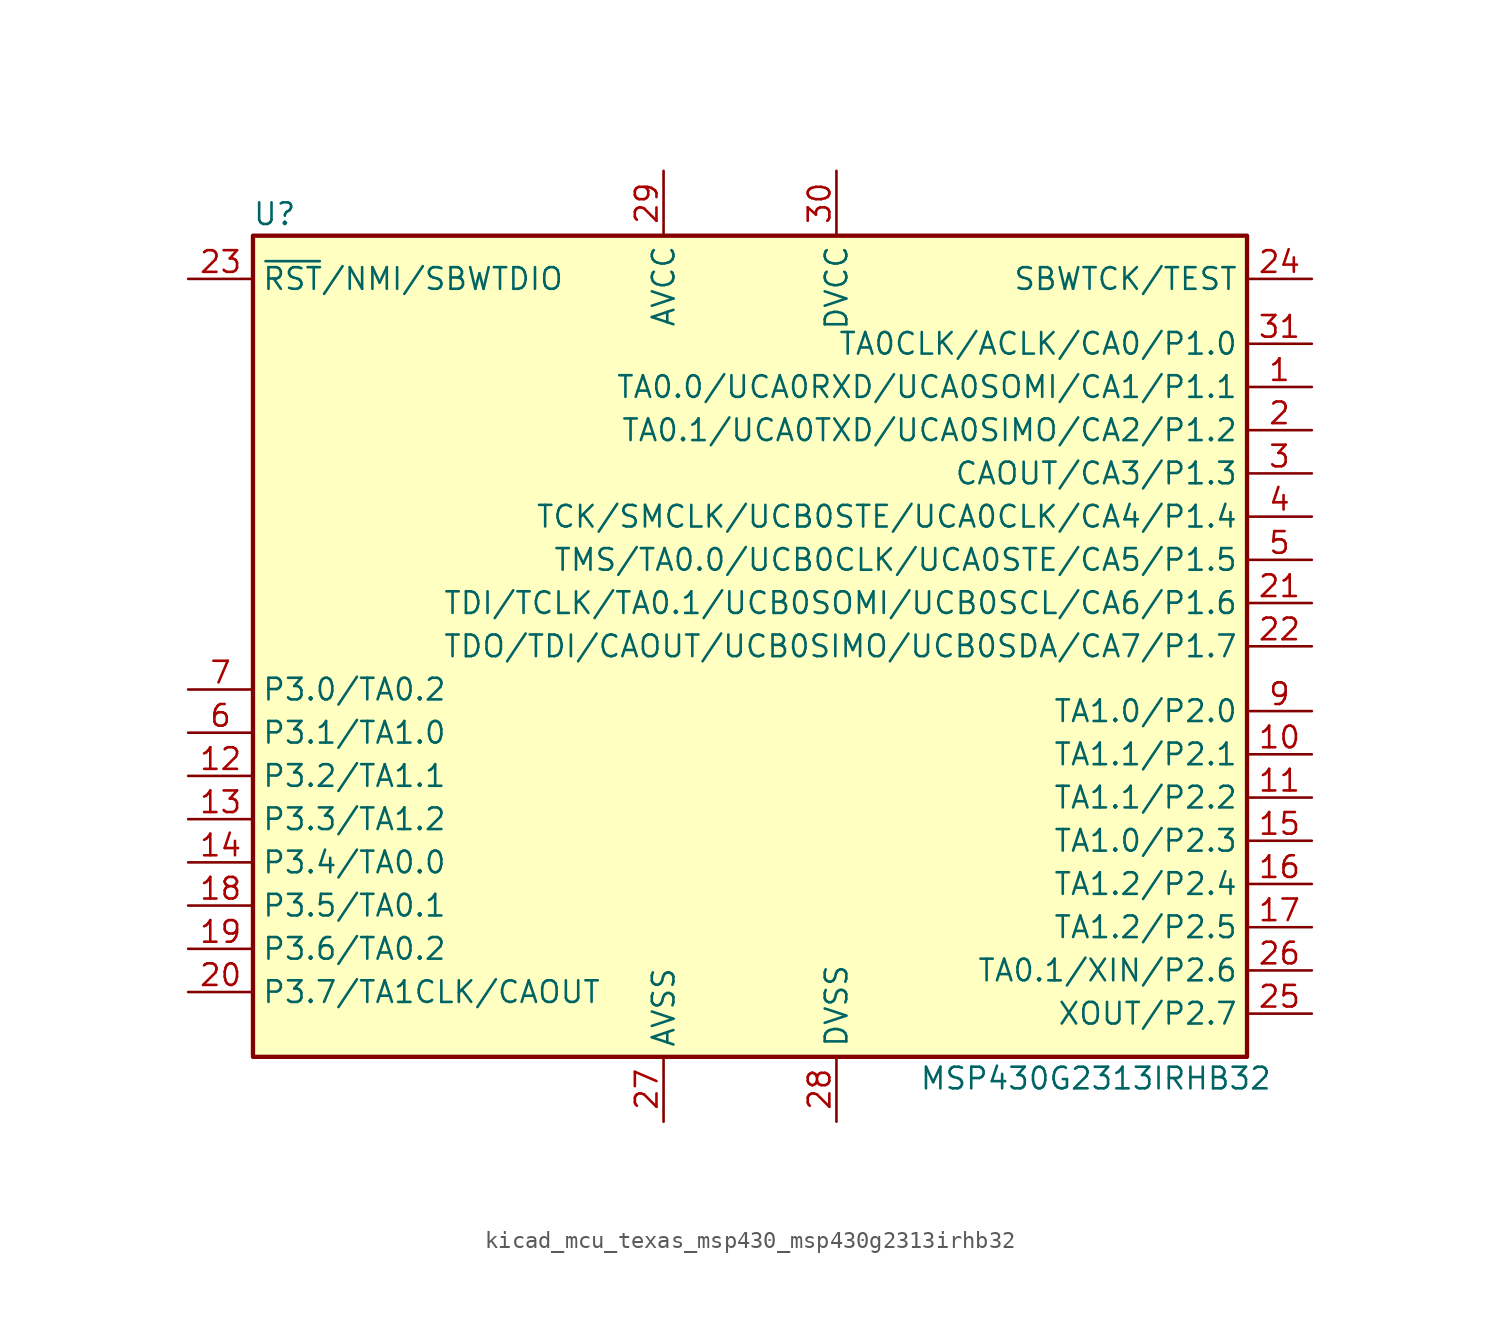
<source format=kicad_sym>
(kicad_symbol_lib
  (version 20220914)
  (generator kicad_symbol_editor)
  (symbol "kicad_mcu_texas_msp430_msp430g2313irhb32"
    (property "Reference" "U"
      (at -27.94 25.4 0)
      (effects (font (size 1.27 1.27))))
    (property "Value" "MSP430G2313IRHB32"
      (at 20.32 -25.4 0)
      (effects (font (size 1.27 1.27))))
    (symbol "kicad_mcu_texas_msp430_msp430g2313irhb32_0_1"
      (rectangle (start -29.21 24.13) (end 29.21 -24.13) (stroke (width 0.254) (type default)) (fill (type background))))
    (symbol "kicad_mcu_texas_msp430_msp430g2313irhb32_1_1"
      (pin bidirectional line (at 33.02 15.24 180) (length 3.81) (name "TA0.0/UCA0RXD/UCA0SOMI/CA1/P1.1" (effects (font (size 1.27 1.27)))) (number "1" (effects (font (size 1.27 1.27)))))
      (pin bidirectional line (at 33.02 -6.35 180) (length 3.81) (name "TA1.1/P2.1" (effects (font (size 1.27 1.27)))) (number "10" (effects (font (size 1.27 1.27)))))
      (pin bidirectional line (at 33.02 -8.89 180) (length 3.81) (name "TA1.1/P2.2" (effects (font (size 1.27 1.27)))) (number "11" (effects (font (size 1.27 1.27)))))
      (pin bidirectional line (at -33.02 -7.62 0) (length 3.81) (name "P3.2/TA1.1" (effects (font (size 1.27 1.27)))) (number "12" (effects (font (size 1.27 1.27)))))
      (pin bidirectional line (at -33.02 -10.16 0) (length 3.81) (name "P3.3/TA1.2" (effects (font (size 1.27 1.27)))) (number "13" (effects (font (size 1.27 1.27)))))
      (pin bidirectional line (at -33.02 -12.7 0) (length 3.81) (name "P3.4/TA0.0" (effects (font (size 1.27 1.27)))) (number "14" (effects (font (size 1.27 1.27)))))
      (pin bidirectional line (at 33.02 -11.43 180) (length 3.81) (name "TA1.0/P2.3" (effects (font (size 1.27 1.27)))) (number "15" (effects (font (size 1.27 1.27)))))
      (pin bidirectional line (at 33.02 -13.97 180) (length 3.81) (name "TA1.2/P2.4" (effects (font (size 1.27 1.27)))) (number "16" (effects (font (size 1.27 1.27)))))
      (pin bidirectional line (at 33.02 -16.51 180) (length 3.81) (name "TA1.2/P2.5" (effects (font (size 1.27 1.27)))) (number "17" (effects (font (size 1.27 1.27)))))
      (pin bidirectional line (at -33.02 -15.24 0) (length 3.81) (name "P3.5/TA0.1" (effects (font (size 1.27 1.27)))) (number "18" (effects (font (size 1.27 1.27)))))
      (pin bidirectional line (at -33.02 -17.78 0) (length 3.81) (name "P3.6/TA0.2" (effects (font (size 1.27 1.27)))) (number "19" (effects (font (size 1.27 1.27)))))
      (pin bidirectional line (at 33.02 12.7 180) (length 3.81) (name "TA0.1/UCA0TXD/UCA0SIMO/CA2/P1.2" (effects (font (size 1.27 1.27)))) (number "2" (effects (font (size 1.27 1.27)))))
      (pin bidirectional line (at -33.02 -20.32 0) (length 3.81) (name "P3.7/TA1CLK/CAOUT" (effects (font (size 1.27 1.27)))) (number "20" (effects (font (size 1.27 1.27)))))
      (pin bidirectional line (at 33.02 2.54 180) (length 3.81) (name "TDI/TCLK/TA0.1/UCB0SOMI/UCB0SCL/CA6/P1.6" (effects (font (size 1.27 1.27)))) (number "21" (effects (font (size 1.27 1.27)))))
      (pin bidirectional line (at 33.02 0 180) (length 3.81) (name "TDO/TDI/CAOUT/UCB0SIMO/UCB0SDA/CA7/P1.7" (effects (font (size 1.27 1.27)))) (number "22" (effects (font (size 1.27 1.27)))))
      (pin input line (at -33.02 21.59 0) (length 3.81) (name "~{RST}/NMI/SBWTDIO" (effects (font (size 1.27 1.27)))) (number "23" (effects (font (size 1.27 1.27)))))
      (pin input line (at 33.02 21.59 180) (length 3.81) (name "SBWTCK/TEST" (effects (font (size 1.27 1.27)))) (number "24" (effects (font (size 1.27 1.27)))))
      (pin bidirectional line (at 33.02 -21.59 180) (length 3.81) (name "XOUT/P2.7" (effects (font (size 1.27 1.27)))) (number "25" (effects (font (size 1.27 1.27)))))
      (pin bidirectional line (at 33.02 -19.05 180) (length 3.81) (name "TA0.1/XIN/P2.6" (effects (font (size 1.27 1.27)))) (number "26" (effects (font (size 1.27 1.27)))))
      (pin power_in line (at -5.08 -27.94 90) (length 3.81) (name "AVSS" (effects (font (size 1.27 1.27)))) (number "27" (effects (font (size 1.27 1.27)))))
      (pin power_in line (at 5.08 -27.94 90) (length 3.81) (name "DVSS" (effects (font (size 1.27 1.27)))) (number "28" (effects (font (size 1.27 1.27)))))
      (pin power_in line (at -5.08 27.94 270) (length 3.81) (name "AVCC" (effects (font (size 1.27 1.27)))) (number "29" (effects (font (size 1.27 1.27)))))
      (pin bidirectional line (at 33.02 10.16 180) (length 3.81) (name "CAOUT/CA3/P1.3" (effects (font (size 1.27 1.27)))) (number "3" (effects (font (size 1.27 1.27)))))
      (pin power_in line (at 5.08 27.94 270) (length 3.81) (name "DVCC" (effects (font (size 1.27 1.27)))) (number "30" (effects (font (size 1.27 1.27)))))
      (pin bidirectional line (at 33.02 17.78 180) (length 3.81) (name "TA0CLK/ACLK/CA0/P1.0" (effects (font (size 1.27 1.27)))) (number "31" (effects (font (size 1.27 1.27)))))
      (pin bidirectional line (at 33.02 7.62 180) (length 3.81) (name "TCK/SMCLK/UCB0STE/UCA0CLK/CA4/P1.4" (effects (font (size 1.27 1.27)))) (number "4" (effects (font (size 1.27 1.27)))))
      (pin bidirectional line (at 33.02 5.08 180) (length 3.81) (name "TMS/TA0.0/UCB0CLK/UCA0STE/CA5/P1.5" (effects (font (size 1.27 1.27)))) (number "5" (effects (font (size 1.27 1.27)))))
      (pin bidirectional line (at -33.02 -5.08 0) (length 3.81) (name "P3.1/TA1.0" (effects (font (size 1.27 1.27)))) (number "6" (effects (font (size 1.27 1.27)))))
      (pin bidirectional line (at -33.02 -2.54 0) (length 3.81) (name "P3.0/TA0.2" (effects (font (size 1.27 1.27)))) (number "7" (effects (font (size 1.27 1.27)))))
      (pin bidirectional line (at 33.02 -3.81 180) (length 3.81) (name "TA1.0/P2.0" (effects (font (size 1.27 1.27)))) (number "9" (effects (font (size 1.27 1.27))))))))
</source>
